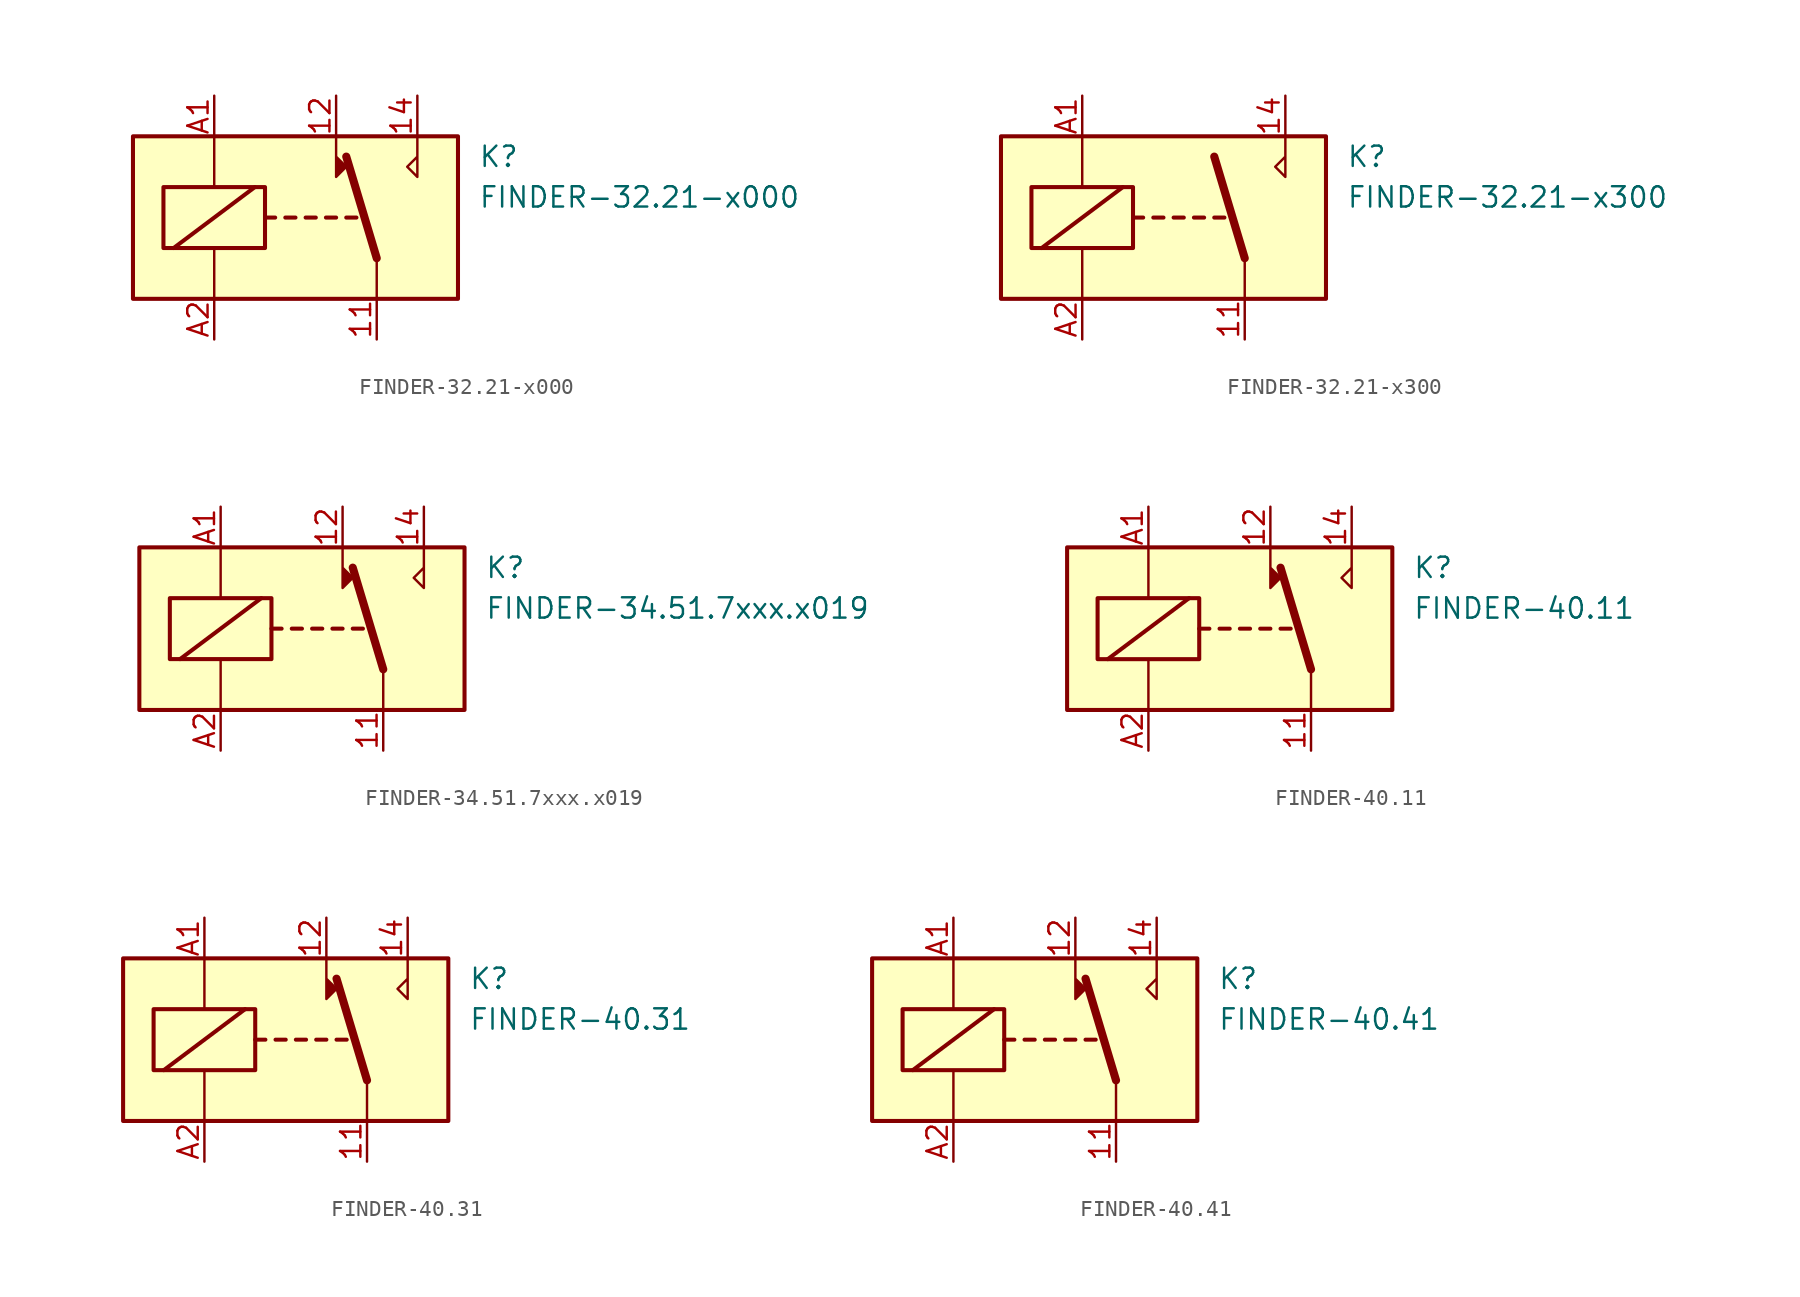
<source format=kicad_sym>
(kicad_symbol_lib
  (version 20241209)
  (generator "kicad_symbol_editor")
  (generator_version "9.0")
  (symbol "FINDER-32.21-x000"
    (property "Reference" "K"
      (at 11.43 3.81 0)
      (effects (font (size 1.27 1.27)) (justify left)))
    (property "Value" "FINDER-32.21-x000"
      (at 11.43 1.27 0)
      (effects (font (size 1.27 1.27)) (justify left)))
    (symbol "FINDER-32.21-x000_0_0"
      (polyline (pts (xy 2.54 5.08) (xy 2.54 2.54) (xy 3.175 3.175) (xy 2.54 3.81)) (stroke (width 0) (type default)) (fill (type outline)))
      (polyline (pts (xy 7.62 5.08) (xy 7.62 2.54) (xy 6.985 3.175) (xy 7.62 3.81)) (stroke (width 0) (type default)) (fill (type none))))
    (symbol "FINDER-32.21-x000_0_1"
      (rectangle (start -10.16 5.08) (end 10.16 -5.08) (stroke (width 0.254) (type default)) (fill (type background)))
      (rectangle (start -8.255 1.905) (end -1.905 -1.905) (stroke (width 0.254) (type default)) (fill (type none)))
      (polyline (pts (xy -7.62 -1.905) (xy -2.54 1.905)) (stroke (width 0.254) (type default)) (fill (type none)))
      (polyline (pts (xy -5.08 5.08) (xy -5.08 1.905)) (stroke (width 0) (type default)) (fill (type none)))
      (polyline (pts (xy -5.08 -5.08) (xy -5.08 -1.905)) (stroke (width 0) (type default)) (fill (type none)))
      (polyline (pts (xy -1.905 0) (xy -1.27 0)) (stroke (width 0.254) (type default)) (fill (type none)))
      (polyline (pts (xy -0.635 0) (xy 0 0)) (stroke (width 0.254) (type default)) (fill (type none)))
      (polyline (pts (xy 0.635 0) (xy 1.27 0)) (stroke (width 0.254) (type default)) (fill (type none)))
      (polyline (pts (xy 1.905 0) (xy 2.54 0)) (stroke (width 0.254) (type default)) (fill (type none)))
      (polyline (pts (xy 3.175 0) (xy 3.81 0)) (stroke (width 0.254) (type default)) (fill (type none)))
      (polyline (pts (xy 5.08 -2.54) (xy 3.175 3.81)) (stroke (width 0.508) (type default)) (fill (type none)))
      (polyline (pts (xy 5.08 -2.54) (xy 5.08 -5.08)) (stroke (width 0) (type default)) (fill (type none))))
    (symbol "FINDER-32.21-x000_1_1"
      (pin passive line (at -5.08 7.62 270) (length 2.54) (name "~" (effects (font (size 1.27 1.27)))) (number "A1" (effects (font (size 1.27 1.27)))))
      (pin passive line (at -5.08 -7.62 90) (length 2.54) (name "~" (effects (font (size 1.27 1.27)))) (number "A2" (effects (font (size 1.27 1.27)))))
      (pin passive line (at 2.54 7.62 270) (length 2.54) (name "~" (effects (font (size 1.27 1.27)))) (number "12" (effects (font (size 1.27 1.27)))))
      (pin passive line (at 5.08 -7.62 90) (length 2.54) (name "~" (effects (font (size 1.27 1.27)))) (number "11" (effects (font (size 1.27 1.27)))))
      (pin passive line (at 7.62 7.62 270) (length 2.54) (name "~" (effects (font (size 1.27 1.27)))) (number "14" (effects (font (size 1.27 1.27)))))))
  (symbol "FINDER-32.21-x300"
    (property "Reference" "K"
      (at 11.43 3.81 0)
      (effects (font (size 1.27 1.27)) (justify left)))
    (property "Value" "FINDER-32.21-x300"
      (at 11.43 1.27 0)
      (effects (font (size 1.27 1.27)) (justify left)))
    (symbol "FINDER-32.21-x300_0_1"
      (rectangle (start -10.16 5.08) (end 10.16 -5.08) (stroke (width 0.254) (type default)) (fill (type background)))
      (rectangle (start -8.255 1.905) (end -1.905 -1.905) (stroke (width 0.254) (type default)) (fill (type none)))
      (polyline (pts (xy -7.62 -1.905) (xy -2.54 1.905)) (stroke (width 0.254) (type default)) (fill (type none)))
      (polyline (pts (xy -5.08 5.08) (xy -5.08 1.905)) (stroke (width 0) (type default)) (fill (type none)))
      (polyline (pts (xy -5.08 -5.08) (xy -5.08 -1.905)) (stroke (width 0) (type default)) (fill (type none)))
      (polyline (pts (xy -1.905 0) (xy -1.27 0)) (stroke (width 0.254) (type default)) (fill (type none)))
      (polyline (pts (xy -0.635 0) (xy 0 0)) (stroke (width 0.254) (type default)) (fill (type none)))
      (polyline (pts (xy 0.635 0) (xy 1.27 0)) (stroke (width 0.254) (type default)) (fill (type none)))
      (polyline (pts (xy 1.905 0) (xy 2.54 0)) (stroke (width 0.254) (type default)) (fill (type none)))
      (polyline (pts (xy 3.175 0) (xy 3.81 0)) (stroke (width 0.254) (type default)) (fill (type none)))
      (polyline (pts (xy 5.08 -2.54) (xy 3.175 3.81)) (stroke (width 0.508) (type default)) (fill (type none)))
      (polyline (pts (xy 5.08 -2.54) (xy 5.08 -5.08)) (stroke (width 0) (type default)) (fill (type none)))
      (polyline (pts (xy 7.62 5.08) (xy 7.62 2.54) (xy 6.985 3.175) (xy 7.62 3.81)) (stroke (width 0) (type default)) (fill (type none))))
    (symbol "FINDER-32.21-x300_1_1"
      (pin passive line (at -5.08 7.62 270) (length 2.54) (name "~" (effects (font (size 1.27 1.27)))) (number "A1" (effects (font (size 1.27 1.27)))))
      (pin passive line (at -5.08 -7.62 90) (length 2.54) (name "~" (effects (font (size 1.27 1.27)))) (number "A2" (effects (font (size 1.27 1.27)))))
      (pin passive line (at 5.08 -7.62 90) (length 2.54) (name "~" (effects (font (size 1.27 1.27)))) (number "11" (effects (font (size 1.27 1.27)))))
      (pin passive line (at 7.62 7.62 270) (length 2.54) (name "~" (effects (font (size 1.27 1.27)))) (number "14" (effects (font (size 1.27 1.27)))))))
  (symbol "FINDER-34.51.7xxx.x019"
    (property "Reference" "K"
      (at 11.43 3.81 0)
      (effects (font (size 1.27 1.27)) (justify left)))
    (property "Value" "FINDER-34.51.7xxx.x019"
      (at 11.43 1.27 0)
      (effects (font (size 1.27 1.27)) (justify left)))
    (symbol "FINDER-34.51.7xxx.x019_0_0"
      (polyline (pts (xy 7.62 5.08) (xy 7.62 2.54) (xy 6.985 3.175) (xy 7.62 3.81)) (stroke (width 0) (type default)) (fill (type none))))
    (symbol "FINDER-34.51.7xxx.x019_0_1"
      (rectangle (start -10.16 5.08) (end 10.16 -5.08) (stroke (width 0.254) (type default)) (fill (type background)))
      (rectangle (start -8.255 1.905) (end -1.905 -1.905) (stroke (width 0.254) (type default)) (fill (type none)))
      (polyline (pts (xy -7.62 -1.905) (xy -2.54 1.905)) (stroke (width 0.254) (type default)) (fill (type none)))
      (polyline (pts (xy -5.08 5.08) (xy -5.08 1.905)) (stroke (width 0) (type default)) (fill (type none)))
      (polyline (pts (xy -5.08 -5.08) (xy -5.08 -1.905)) (stroke (width 0) (type default)) (fill (type none)))
      (polyline (pts (xy -1.905 0) (xy -1.27 0)) (stroke (width 0.254) (type default)) (fill (type none)))
      (polyline (pts (xy -0.635 0) (xy 0 0)) (stroke (width 0.254) (type default)) (fill (type none)))
      (polyline (pts (xy 0.635 0) (xy 1.27 0)) (stroke (width 0.254) (type default)) (fill (type none)))
      (polyline (pts (xy 1.905 0) (xy 2.54 0)) (stroke (width 0.254) (type default)) (fill (type none)))
      (polyline (pts (xy 2.54 5.08) (xy 2.54 2.54) (xy 3.175 3.175) (xy 2.54 3.81)) (stroke (width 0) (type default)) (fill (type outline)))
      (polyline (pts (xy 3.175 0) (xy 3.81 0)) (stroke (width 0.254) (type default)) (fill (type none)))
      (polyline (pts (xy 5.08 -2.54) (xy 3.175 3.81)) (stroke (width 0.508) (type default)) (fill (type none)))
      (polyline (pts (xy 5.08 -2.54) (xy 5.08 -5.08)) (stroke (width 0) (type default)) (fill (type none))))
    (symbol "FINDER-34.51.7xxx.x019_1_1"
      (pin passive line (at -5.08 7.62 270) (length 2.54) (name "~" (effects (font (size 1.27 1.27)))) (number "A1" (effects (font (size 1.27 1.27)))))
      (pin passive line (at -5.08 -7.62 90) (length 2.54) (name "~" (effects (font (size 1.27 1.27)))) (number "A2" (effects (font (size 1.27 1.27)))))
      (pin passive line (at 2.54 7.62 270) (length 2.54) (name "~" (effects (font (size 1.27 1.27)))) (number "12" (effects (font (size 1.27 1.27)))))
      (pin passive line (at 5.08 -7.62 90) (length 2.54) (name "~" (effects (font (size 1.27 1.27)))) (number "11" (effects (font (size 1.27 1.27)))))
      (pin passive line (at 7.62 7.62 270) (length 2.54) (name "~" (effects (font (size 1.27 1.27)))) (number "14" (effects (font (size 1.27 1.27)))))))
  (symbol "FINDER-40.11"
    (property "Reference" "K"
      (at 11.43 3.81 0)
      (effects (font (size 1.27 1.27)) (justify left)))
    (property "Value" "FINDER-40.11"
      (at 11.43 1.27 0)
      (effects (font (size 1.27 1.27)) (justify left)))
    (symbol "FINDER-40.11_0_0"
      (polyline (pts (xy 7.62 5.08) (xy 7.62 2.54) (xy 6.985 3.175) (xy 7.62 3.81)) (stroke (width 0) (type default)) (fill (type none))))
    (symbol "FINDER-40.11_0_1"
      (rectangle (start -10.16 5.08) (end 10.16 -5.08) (stroke (width 0.254) (type default)) (fill (type background)))
      (rectangle (start -8.255 1.905) (end -1.905 -1.905) (stroke (width 0.254) (type default)) (fill (type none)))
      (polyline (pts (xy -7.62 -1.905) (xy -2.54 1.905)) (stroke (width 0.254) (type default)) (fill (type none)))
      (polyline (pts (xy -5.08 5.08) (xy -5.08 1.905)) (stroke (width 0) (type default)) (fill (type none)))
      (polyline (pts (xy -5.08 -5.08) (xy -5.08 -1.905)) (stroke (width 0) (type default)) (fill (type none)))
      (polyline (pts (xy -1.905 0) (xy -1.27 0)) (stroke (width 0.254) (type default)) (fill (type none)))
      (polyline (pts (xy -0.635 0) (xy 0 0)) (stroke (width 0.254) (type default)) (fill (type none)))
      (polyline (pts (xy 0.635 0) (xy 1.27 0)) (stroke (width 0.254) (type default)) (fill (type none)))
      (polyline (pts (xy 1.905 0) (xy 2.54 0)) (stroke (width 0.254) (type default)) (fill (type none)))
      (polyline (pts (xy 2.54 5.08) (xy 2.54 2.54) (xy 3.175 3.175) (xy 2.54 3.81)) (stroke (width 0) (type default)) (fill (type outline)))
      (polyline (pts (xy 3.175 0) (xy 3.81 0)) (stroke (width 0.254) (type default)) (fill (type none)))
      (polyline (pts (xy 5.08 -2.54) (xy 3.175 3.81)) (stroke (width 0.508) (type default)) (fill (type none)))
      (polyline (pts (xy 5.08 -2.54) (xy 5.08 -5.08)) (stroke (width 0) (type default)) (fill (type none))))
    (symbol "FINDER-40.11_1_1"
      (pin passive line (at -5.08 7.62 270) (length 2.54) (name "~" (effects (font (size 1.27 1.27)))) (number "A1" (effects (font (size 1.27 1.27)))))
      (pin passive line (at -5.08 -7.62 90) (length 2.54) (name "~" (effects (font (size 1.27 1.27)))) (number "A2" (effects (font (size 1.27 1.27)))))
      (pin passive line (at 2.54 7.62 270) (length 2.54) (name "~" (effects (font (size 1.27 1.27)))) (number "12" (effects (font (size 1.27 1.27)))))
      (pin passive line (at 5.08 -7.62 90) (length 2.54) (name "~" (effects (font (size 1.27 1.27)))) (number "11" (effects (font (size 1.27 1.27)))))
      (pin passive line (at 7.62 7.62 270) (length 2.54) (name "~" (effects (font (size 1.27 1.27)))) (number "14" (effects (font (size 1.27 1.27)))))))
  (symbol "FINDER-40.31"
    (property "Reference" "K"
      (at 11.43 3.81 0)
      (effects (font (size 1.27 1.27)) (justify left)))
    (property "Value" "FINDER-40.31"
      (at 11.43 1.27 0)
      (effects (font (size 1.27 1.27)) (justify left)))
    (symbol "FINDER-40.31_0_0"
      (polyline (pts (xy 7.62 5.08) (xy 7.62 2.54) (xy 6.985 3.175) (xy 7.62 3.81)) (stroke (width 0) (type default)) (fill (type none))))
    (symbol "FINDER-40.31_0_1"
      (rectangle (start -10.16 5.08) (end 10.16 -5.08) (stroke (width 0.254) (type default)) (fill (type background)))
      (rectangle (start -8.255 1.905) (end -1.905 -1.905) (stroke (width 0.254) (type default)) (fill (type none)))
      (polyline (pts (xy -7.62 -1.905) (xy -2.54 1.905)) (stroke (width 0.254) (type default)) (fill (type none)))
      (polyline (pts (xy -5.08 5.08) (xy -5.08 1.905)) (stroke (width 0) (type default)) (fill (type none)))
      (polyline (pts (xy -5.08 -5.08) (xy -5.08 -1.905)) (stroke (width 0) (type default)) (fill (type none)))
      (polyline (pts (xy -1.905 0) (xy -1.27 0)) (stroke (width 0.254) (type default)) (fill (type none)))
      (polyline (pts (xy -0.635 0) (xy 0 0)) (stroke (width 0.254) (type default)) (fill (type none)))
      (polyline (pts (xy 0.635 0) (xy 1.27 0)) (stroke (width 0.254) (type default)) (fill (type none)))
      (polyline (pts (xy 1.905 0) (xy 2.54 0)) (stroke (width 0.254) (type default)) (fill (type none)))
      (polyline (pts (xy 2.54 5.08) (xy 2.54 2.54) (xy 3.175 3.175) (xy 2.54 3.81)) (stroke (width 0) (type default)) (fill (type outline)))
      (polyline (pts (xy 3.175 0) (xy 3.81 0)) (stroke (width 0.254) (type default)) (fill (type none)))
      (polyline (pts (xy 5.08 -2.54) (xy 3.175 3.81)) (stroke (width 0.508) (type default)) (fill (type none)))
      (polyline (pts (xy 5.08 -2.54) (xy 5.08 -5.08)) (stroke (width 0) (type default)) (fill (type none))))
    (symbol "FINDER-40.31_1_1"
      (pin passive line (at -5.08 7.62 270) (length 2.54) (name "~" (effects (font (size 1.27 1.27)))) (number "A1" (effects (font (size 1.27 1.27)))))
      (pin passive line (at -5.08 -7.62 90) (length 2.54) (name "~" (effects (font (size 1.27 1.27)))) (number "A2" (effects (font (size 1.27 1.27)))))
      (pin passive line (at 2.54 7.62 270) (length 2.54) (name "~" (effects (font (size 1.27 1.27)))) (number "12" (effects (font (size 1.27 1.27)))))
      (pin passive line (at 5.08 -7.62 90) (length 2.54) (name "~" (effects (font (size 1.27 1.27)))) (number "11" (effects (font (size 1.27 1.27)))))
      (pin passive line (at 7.62 7.62 270) (length 2.54) (name "~" (effects (font (size 1.27 1.27)))) (number "14" (effects (font (size 1.27 1.27)))))))
  (symbol "FINDER-40.41"
    (property "Reference" "K"
      (at 11.43 3.81 0)
      (effects (font (size 1.27 1.27)) (justify left)))
    (property "Value" "FINDER-40.41"
      (at 11.43 1.27 0)
      (effects (font (size 1.27 1.27)) (justify left)))
    (symbol "FINDER-40.41_0_0"
      (polyline (pts (xy 7.62 5.08) (xy 7.62 2.54) (xy 6.985 3.175) (xy 7.62 3.81)) (stroke (width 0) (type default)) (fill (type none))))
    (symbol "FINDER-40.41_0_1"
      (rectangle (start -10.16 5.08) (end 10.16 -5.08) (stroke (width 0.254) (type default)) (fill (type background)))
      (rectangle (start -8.255 1.905) (end -1.905 -1.905) (stroke (width 0.254) (type default)) (fill (type none)))
      (polyline (pts (xy -7.62 -1.905) (xy -2.54 1.905)) (stroke (width 0.254) (type default)) (fill (type none)))
      (polyline (pts (xy -5.08 5.08) (xy -5.08 1.905)) (stroke (width 0) (type default)) (fill (type none)))
      (polyline (pts (xy -5.08 -5.08) (xy -5.08 -1.905)) (stroke (width 0) (type default)) (fill (type none)))
      (polyline (pts (xy -1.905 0) (xy -1.27 0)) (stroke (width 0.254) (type default)) (fill (type none)))
      (polyline (pts (xy -0.635 0) (xy 0 0)) (stroke (width 0.254) (type default)) (fill (type none)))
      (polyline (pts (xy 0.635 0) (xy 1.27 0)) (stroke (width 0.254) (type default)) (fill (type none)))
      (polyline (pts (xy 1.905 0) (xy 2.54 0)) (stroke (width 0.254) (type default)) (fill (type none)))
      (polyline (pts (xy 2.54 5.08) (xy 2.54 2.54) (xy 3.175 3.175) (xy 2.54 3.81)) (stroke (width 0) (type default)) (fill (type outline)))
      (polyline (pts (xy 3.175 0) (xy 3.81 0)) (stroke (width 0.254) (type default)) (fill (type none)))
      (polyline (pts (xy 5.08 -2.54) (xy 3.175 3.81)) (stroke (width 0.508) (type default)) (fill (type none)))
      (polyline (pts (xy 5.08 -2.54) (xy 5.08 -5.08)) (stroke (width 0) (type default)) (fill (type none))))
    (symbol "FINDER-40.41_1_1"
      (pin passive line (at -5.08 7.62 270) (length 2.54) (name "~" (effects (font (size 1.27 1.27)))) (number "A1" (effects (font (size 1.27 1.27)))))
      (pin passive line (at -5.08 -7.62 90) (length 2.54) (name "~" (effects (font (size 1.27 1.27)))) (number "A2" (effects (font (size 1.27 1.27)))))
      (pin passive line (at 2.54 7.62 270) (length 2.54) (name "~" (effects (font (size 1.27 1.27)))) (number "12" (effects (font (size 1.27 1.27)))))
      (pin passive line (at 5.08 -7.62 90) (length 2.54) (name "~" (effects (font (size 1.27 1.27)))) (number "11" (effects (font (size 1.27 1.27)))))
      (pin passive line (at 7.62 7.62 270) (length 2.54) (name "~" (effects (font (size 1.27 1.27)))) (number "14" (effects (font (size 1.27 1.27))))))))
</source>
